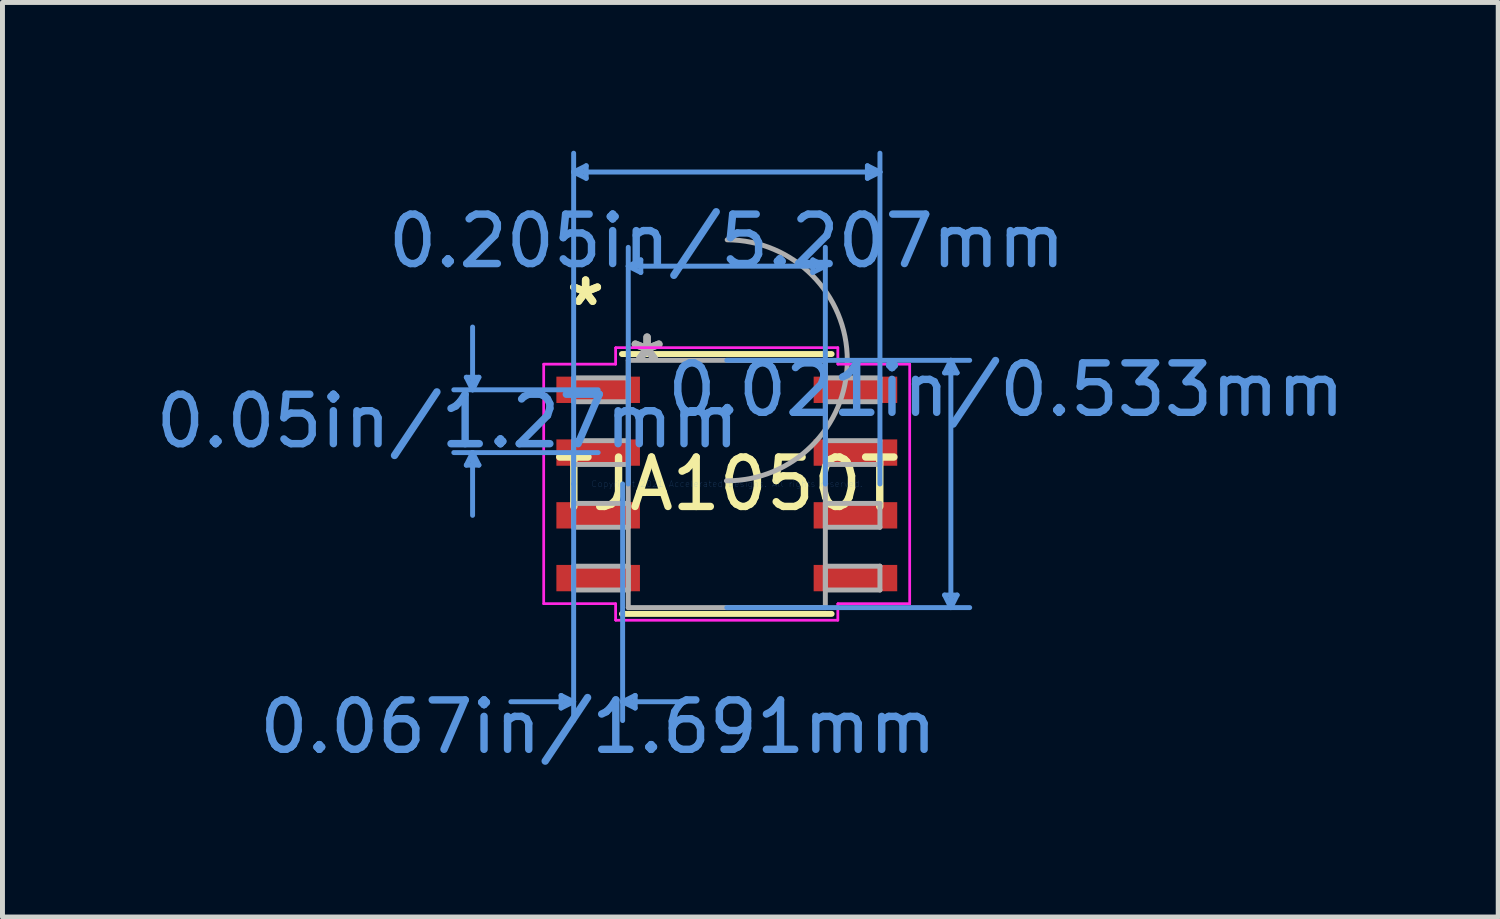
<source format=kicad_pcb>
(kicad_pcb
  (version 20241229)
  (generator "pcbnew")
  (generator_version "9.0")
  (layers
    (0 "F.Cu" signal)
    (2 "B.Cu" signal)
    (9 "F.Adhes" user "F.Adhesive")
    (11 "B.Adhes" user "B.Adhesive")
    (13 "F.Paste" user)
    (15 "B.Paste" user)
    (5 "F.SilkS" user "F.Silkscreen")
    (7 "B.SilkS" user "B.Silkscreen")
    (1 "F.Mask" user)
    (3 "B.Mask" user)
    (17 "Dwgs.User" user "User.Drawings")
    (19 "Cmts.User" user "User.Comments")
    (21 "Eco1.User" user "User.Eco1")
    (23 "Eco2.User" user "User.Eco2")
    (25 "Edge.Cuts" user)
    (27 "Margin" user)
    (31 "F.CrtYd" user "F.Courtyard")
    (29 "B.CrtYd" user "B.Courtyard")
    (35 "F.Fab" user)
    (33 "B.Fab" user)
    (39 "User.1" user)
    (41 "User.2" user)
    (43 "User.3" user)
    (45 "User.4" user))
  (footprint "TJA1050T"
    (layer "F.Cu")
    (at 11.657 6.743)
    (property "Reference" "TJA1050T" (at 0 0 0) (layer "F.SilkS") (effects (font (size 1 1) (thickness 0.15))))
    (attr through_hole)
    (fp_line (start -2.121 2.629) (end 2.121 2.629) (stroke (width 0.12) (type solid)) (layer "F.SilkS"))
    (fp_line (start 2.121 -2.629) (end -2.121 -2.629) (stroke (width 0.12) (type solid)) (layer "F.SilkS"))
    (fp_line (start -5.271 -2.159) (end -5.016 -2.159) (stroke (width 0.1) (type solid)) (layer "Cmts.User"))
    (fp_line (start -5.271 -0.381) (end -5.016 -0.381) (stroke (width 0.1) (type solid)) (layer "Cmts.User"))
    (fp_line (start -5.144 -1.905) (end -5.271 -2.159) (stroke (width 0.1) (type solid)) (layer "Cmts.User"))
    (fp_line (start -5.144 -1.905) (end -5.144 -3.175) (stroke (width 0.1) (type solid)) (layer "Cmts.User"))
    (fp_line (start -5.144 -1.905) (end -5.016 -2.159) (stroke (width 0.1) (type solid)) (layer "Cmts.User"))
    (fp_line (start -5.144 -0.635) (end -5.271 -0.381) (stroke (width 0.1) (type solid)) (layer "Cmts.User"))
    (fp_line (start -5.144 -0.635) (end -5.144 0.635) (stroke (width 0.1) (type solid)) (layer "Cmts.User"))
    (fp_line (start -5.144 -0.635) (end -5.016 -0.381) (stroke (width 0.1) (type solid)) (layer "Cmts.User"))
    (fp_line (start -3.353 4.28) (end -3.353 4.534) (stroke (width 0.1) (type solid)) (layer "Cmts.User"))
    (fp_line (start -3.099 -6.312) (end -2.845 -6.439) (stroke (width 0.1) (type solid)) (layer "Cmts.User"))
    (fp_line (start -3.099 -6.312) (end -2.845 -6.185) (stroke (width 0.1) (type solid)) (layer "Cmts.User"))
    (fp_line (start -3.099 -6.312) (end 3.099 -6.312) (stroke (width 0.1) (type solid)) (layer "Cmts.User"))
    (fp_line (start -3.099 0) (end -3.099 -6.693) (stroke (width 0.1) (type solid)) (layer "Cmts.User"))
    (fp_line (start -3.099 0) (end -3.099 4.788) (stroke (width 0.1) (type solid)) (layer "Cmts.User"))
    (fp_line (start -3.099 4.407) (end -4.369 4.407) (stroke (width 0.1) (type solid)) (layer "Cmts.User"))
    (fp_line (start -3.099 4.407) (end -3.353 4.28) (stroke (width 0.1) (type solid)) (layer "Cmts.User"))
    (fp_line (start -3.099 4.407) (end -3.353 4.534) (stroke (width 0.1) (type solid)) (layer "Cmts.User"))
    (fp_line (start -2.845 -6.439) (end -2.845 -6.185) (stroke (width 0.1) (type solid)) (layer "Cmts.User"))
    (fp_line (start -2.603 -1.905) (end -5.524 -1.905) (stroke (width 0.1) (type solid)) (layer "Cmts.User"))
    (fp_line (start -2.603 -0.635) (end -5.524 -0.635) (stroke (width 0.1) (type solid)) (layer "Cmts.User"))
    (fp_line (start -2.108 0) (end -2.108 4.788) (stroke (width 0.1) (type solid)) (layer "Cmts.User"))
    (fp_line (start -2.108 4.407) (end -1.854 4.28) (stroke (width 0.1) (type solid)) (layer "Cmts.User"))
    (fp_line (start -2.108 4.407) (end -1.854 4.534) (stroke (width 0.1) (type solid)) (layer "Cmts.User"))
    (fp_line (start -2.108 4.407) (end -0.838 4.407) (stroke (width 0.1) (type solid)) (layer "Cmts.User"))
    (fp_line (start -1.994 -4.407) (end -1.74 -4.534) (stroke (width 0.1) (type solid)) (layer "Cmts.User"))
    (fp_line (start -1.994 -4.407) (end -1.74 -4.28) (stroke (width 0.1) (type solid)) (layer "Cmts.User"))
    (fp_line (start -1.994 -4.407) (end 1.994 -4.407) (stroke (width 0.1) (type solid)) (layer "Cmts.User"))
    (fp_line (start -1.994 0) (end -1.994 -4.788) (stroke (width 0.1) (type solid)) (layer "Cmts.User"))
    (fp_line (start -1.854 4.28) (end -1.854 4.534) (stroke (width 0.1) (type solid)) (layer "Cmts.User"))
    (fp_line (start -1.74 -4.534) (end -1.74 -4.28) (stroke (width 0.1) (type solid)) (layer "Cmts.User"))
    (fp_line (start 0 -2.502) (end 4.915 -2.502) (stroke (width 0.1) (type solid)) (layer "Cmts.User"))
    (fp_line (start 0 2.502) (end 4.915 2.502) (stroke (width 0.1) (type solid)) (layer "Cmts.User"))
    (fp_line (start 1.74 -4.534) (end 1.74 -4.28) (stroke (width 0.1) (type solid)) (layer "Cmts.User"))
    (fp_line (start 1.994 -4.407) (end 1.74 -4.534) (stroke (width 0.1) (type solid)) (layer "Cmts.User"))
    (fp_line (start 1.994 -4.407) (end 1.74 -4.28) (stroke (width 0.1) (type solid)) (layer "Cmts.User"))
    (fp_line (start 1.994 0) (end 1.994 -4.788) (stroke (width 0.1) (type solid)) (layer "Cmts.User"))
    (fp_line (start 2.845 -6.439) (end 2.845 -6.185) (stroke (width 0.1) (type solid)) (layer "Cmts.User"))
    (fp_line (start 3.099 -6.312) (end 2.845 -6.439) (stroke (width 0.1) (type solid)) (layer "Cmts.User"))
    (fp_line (start 3.099 -6.312) (end 2.845 -6.185) (stroke (width 0.1) (type solid)) (layer "Cmts.User"))
    (fp_line (start 3.099 0) (end 3.099 -6.693) (stroke (width 0.1) (type solid)) (layer "Cmts.User"))
    (fp_line (start 4.407 -2.248) (end 4.661 -2.248) (stroke (width 0.1) (type solid)) (layer "Cmts.User"))
    (fp_line (start 4.407 2.248) (end 4.661 2.248) (stroke (width 0.1) (type solid)) (layer "Cmts.User"))
    (fp_line (start 4.534 -2.502) (end 4.407 -2.248) (stroke (width 0.1) (type solid)) (layer "Cmts.User"))
    (fp_line (start 4.534 -2.502) (end 4.534 2.502) (stroke (width 0.1) (type solid)) (layer "Cmts.User"))
    (fp_line (start 4.534 -2.502) (end 4.661 -2.248) (stroke (width 0.1) (type solid)) (layer "Cmts.User"))
    (fp_line (start 4.534 2.502) (end 4.407 2.248) (stroke (width 0.1) (type solid)) (layer "Cmts.User"))
    (fp_line (start 4.534 2.502) (end 4.661 2.248) (stroke (width 0.1) (type solid)) (layer "Cmts.User"))
    (fp_line (start -3.703 -2.425) (end -2.248 -2.425) (stroke (width 0.05) (type solid)) (layer "F.CrtYd"))
    (fp_line (start -3.703 -2.425) (end -2.248 -2.425) (stroke (width 0.05) (type solid)) (layer "F.CrtYd"))
    (fp_line (start -3.703 2.425) (end -3.703 -2.425) (stroke (width 0.05) (type solid)) (layer "F.CrtYd"))
    (fp_line (start -3.703 2.425) (end -3.703 -2.425) (stroke (width 0.05) (type solid)) (layer "F.CrtYd"))
    (fp_line (start -3.703 2.425) (end -2.248 2.425) (stroke (width 0.05) (type solid)) (layer "F.CrtYd"))
    (fp_line (start -2.248 -2.756) (end 2.248 -2.756) (stroke (width 0.05) (type solid)) (layer "F.CrtYd"))
    (fp_line (start -2.248 -2.756) (end 2.248 -2.756) (stroke (width 0.05) (type solid)) (layer "F.CrtYd"))
    (fp_line (start -2.248 -2.425) (end -2.248 -2.756) (stroke (width 0.05) (type solid)) (layer "F.CrtYd"))
    (fp_line (start -2.248 -2.425) (end -2.248 -2.756) (stroke (width 0.05) (type solid)) (layer "F.CrtYd"))
    (fp_line (start -2.248 2.425) (end -3.703 2.425) (stroke (width 0.05) (type solid)) (layer "F.CrtYd"))
    (fp_line (start -2.248 2.756) (end -2.248 2.425) (stroke (width 0.05) (type solid)) (layer "F.CrtYd"))
    (fp_line (start -2.248 2.756) (end -2.248 2.425) (stroke (width 0.05) (type solid)) (layer "F.CrtYd"))
    (fp_line (start 2.248 -2.756) (end 2.248 -2.425) (stroke (width 0.05) (type solid)) (layer "F.CrtYd"))
    (fp_line (start 2.248 -2.756) (end 2.248 -2.425) (stroke (width 0.05) (type solid)) (layer "F.CrtYd"))
    (fp_line (start 2.248 -2.425) (end 3.703 -2.425) (stroke (width 0.05) (type solid)) (layer "F.CrtYd"))
    (fp_line (start 2.248 2.425) (end 2.248 2.756) (stroke (width 0.05) (type solid)) (layer "F.CrtYd"))
    (fp_line (start 2.248 2.425) (end 2.248 2.756) (stroke (width 0.05) (type solid)) (layer "F.CrtYd"))
    (fp_line (start 2.248 2.756) (end -2.248 2.756) (stroke (width 0.05) (type solid)) (layer "F.CrtYd"))
    (fp_line (start 2.248 2.756) (end -2.248 2.756) (stroke (width 0.05) (type solid)) (layer "F.CrtYd"))
    (fp_line (start 3.703 -2.425) (end 2.248 -2.425) (stroke (width 0.05) (type solid)) (layer "F.CrtYd"))
    (fp_line (start 3.703 -2.425) (end 3.703 2.425) (stroke (width 0.05) (type solid)) (layer "F.CrtYd"))
    (fp_line (start 3.703 -2.425) (end 3.703 2.425) (stroke (width 0.05) (type solid)) (layer "F.CrtYd"))
    (fp_line (start 3.703 2.425) (end 2.248 2.425) (stroke (width 0.05) (type solid)) (layer "F.CrtYd"))
    (fp_line (start 3.703 2.425) (end 2.248 2.425) (stroke (width 0.05) (type solid)) (layer "F.CrtYd"))
    (fp_line (start -3.099 -2.146) (end -3.099 -1.664) (stroke (width 0.1) (type solid)) (layer "F.Fab"))
    (fp_line (start -3.099 -1.664) (end -1.994 -1.664) (stroke (width 0.1) (type solid)) (layer "F.Fab"))
    (fp_line (start -3.099 -0.876) (end -3.099 -0.394) (stroke (width 0.1) (type solid)) (layer "F.Fab"))
    (fp_line (start -3.099 -0.394) (end -1.994 -0.394) (stroke (width 0.1) (type solid)) (layer "F.Fab"))
    (fp_line (start -3.099 0.394) (end -3.099 0.876) (stroke (width 0.1) (type solid)) (layer "F.Fab"))
    (fp_line (start -3.099 0.876) (end -1.994 0.876) (stroke (width 0.1) (type solid)) (layer "F.Fab"))
    (fp_line (start -3.099 1.664) (end -3.099 2.146) (stroke (width 0.1) (type solid)) (layer "F.Fab"))
    (fp_line (start -3.099 2.146) (end -1.994 2.146) (stroke (width 0.1) (type solid)) (layer "F.Fab"))
    (fp_line (start -1.994 -2.502) (end -1.994 2.502) (stroke (width 0.1) (type solid)) (layer "F.Fab"))
    (fp_line (start -1.994 -2.146) (end -3.099 -2.146) (stroke (width 0.1) (type solid)) (layer "F.Fab"))
    (fp_line (start -1.994 -1.664) (end -1.994 -2.146) (stroke (width 0.1) (type solid)) (layer "F.Fab"))
    (fp_line (start -1.994 -0.876) (end -3.099 -0.876) (stroke (width 0.1) (type solid)) (layer "F.Fab"))
    (fp_line (start -1.994 -0.394) (end -1.994 -0.876) (stroke (width 0.1) (type solid)) (layer "F.Fab"))
    (fp_line (start -1.994 0.394) (end -3.099 0.394) (stroke (width 0.1) (type solid)) (layer "F.Fab"))
    (fp_line (start -1.994 0.876) (end -1.994 0.394) (stroke (width 0.1) (type solid)) (layer "F.Fab"))
    (fp_line (start -1.994 1.664) (end -3.099 1.664) (stroke (width 0.1) (type solid)) (layer "F.Fab"))
    (fp_line (start -1.994 2.146) (end -1.994 1.664) (stroke (width 0.1) (type solid)) (layer "F.Fab"))
    (fp_line (start -1.994 2.502) (end 1.994 2.502) (stroke (width 0.1) (type solid)) (layer "F.Fab"))
    (fp_line (start 1.994 -2.502) (end -1.994 -2.502) (stroke (width 0.1) (type solid)) (layer "F.Fab"))
    (fp_line (start 1.994 -2.146) (end 1.994 -1.664) (stroke (width 0.1) (type solid)) (layer "F.Fab"))
    (fp_line (start 1.994 -1.664) (end 3.099 -1.664) (stroke (width 0.1) (type solid)) (layer "F.Fab"))
    (fp_line (start 1.994 -0.876) (end 1.994 -0.394) (stroke (width 0.1) (type solid)) (layer "F.Fab"))
    (fp_line (start 1.994 -0.394) (end 3.099 -0.394) (stroke (width 0.1) (type solid)) (layer "F.Fab"))
    (fp_line (start 1.994 0.394) (end 1.994 0.876) (stroke (width 0.1) (type solid)) (layer "F.Fab"))
    (fp_line (start 1.994 0.876) (end 3.099 0.876) (stroke (width 0.1) (type solid)) (layer "F.Fab"))
    (fp_line (start 1.994 1.664) (end 1.994 2.146) (stroke (width 0.1) (type solid)) (layer "F.Fab"))
    (fp_line (start 1.994 2.146) (end 3.099 2.146) (stroke (width 0.1) (type solid)) (layer "F.Fab"))
    (fp_line (start 1.994 2.502) (end 1.994 -2.502) (stroke (width 0.1) (type solid)) (layer "F.Fab"))
    (fp_line (start 3.099 -2.146) (end 1.994 -2.146) (stroke (width 0.1) (type solid)) (layer "F.Fab"))
    (fp_line (start 3.099 -1.664) (end 3.099 -2.146) (stroke (width 0.1) (type solid)) (layer "F.Fab"))
    (fp_line (start 3.099 -0.876) (end 1.994 -0.876) (stroke (width 0.1) (type solid)) (layer "F.Fab"))
    (fp_line (start 3.099 -0.394) (end 3.099 -0.876) (stroke (width 0.1) (type solid)) (layer "F.Fab"))
    (fp_line (start 3.099 0.394) (end 1.994 0.394) (stroke (width 0.1) (type solid)) (layer "F.Fab"))
    (fp_line (start 3.099 0.876) (end 3.099 0.394) (stroke (width 0.1) (type solid)) (layer "F.Fab"))
    (fp_line (start 3.099 1.664) (end 1.994 1.664) (stroke (width 0.1) (type solid)) (layer "F.Fab"))
    (fp_line (start 3.099 2.146) (end 3.099 1.664) (stroke (width 0.1) (type solid)) (layer "F.Fab"))
    (fp_arc (start 0.007742 -4.940252) (mid 2.438352 -2.494158) (end -0.007742 -0.063548) (stroke (width 0.1) (type solid)) (layer "F.Fab"))
    (fp_text user "*" (at -2.857 -3.581 0) (layer "F.SilkS") (effects (font (size 1 1) (thickness 0.15))))
    (fp_text user "*" (at -2.857 -3.581 0) (layer "F.SilkS") (effects (font (size 1 1) (thickness 0.15))))
    (fp_text user "0.067in/1.691mm" (at -2.603 4.915 0) (layer "Cmts.User") (effects (font (size 1 1) (thickness 0.15))))
    (fp_text user "Copyright 2021 Accelerated Designs. All rights reserved." (at 0 0 0) (layer "Cmts.User") (effects (font (size 0.127 0.127) (thickness 0.002))))
    (fp_text user "0.205in/5.207mm" (at 0 -4.915 0) (layer "Cmts.User") (effects (font (size 1 1) (thickness 0.15))))
    (fp_text user "0.021in/0.533mm" (at 5.652 -1.905 0) (layer "Cmts.User") (effects (font (size 1 1) (thickness 0.15))))
    (fp_text user "0.05in/1.27mm" (at -5.652 -1.27 0) (layer "Cmts.User") (effects (font (size 1 1) (thickness 0.15))))
    (fp_text user "*" (at -1.613 -2.426 0) (layer "F.Fab") (effects (font (size 1 1) (thickness 0.15))))
    (fp_text user "*" (at -1.613 -2.426 0) (layer "F.Fab") (effects (font (size 1 1) (thickness 0.15))))
    (pad "1" smd rect (at -2.603 -1.905) (size 1.691 0.533) (layers "F.Cu" "F.Mask" "F.Paste"))
    (pad "2" smd rect (at -2.603 -0.635) (size 1.691 0.533) (layers "F.Cu" "F.Mask" "F.Paste"))
    (pad "3" smd rect (at -2.603 0.635) (size 1.691 0.533) (layers "F.Cu" "F.Mask" "F.Paste"))
    (pad "4" smd rect (at -2.603 1.905) (size 1.691 0.533) (layers "F.Cu" "F.Mask" "F.Paste"))
    (pad "5" smd rect (at 2.603 1.905) (size 1.691 0.533) (layers "F.Cu" "F.Mask" "F.Paste"))
    (pad "6" smd rect (at 2.603 0.635) (size 1.691 0.533) (layers "F.Cu" "F.Mask" "F.Paste"))
    (pad "7" smd rect (at 2.603 -0.635) (size 1.691 0.533) (layers "F.Cu" "F.Mask" "F.Paste"))
    (pad "8" smd rect (at 2.603 -1.905) (size 1.691 0.533) (layers "F.Cu" "F.Mask" "F.Paste")))
  (gr_rect
    (start -3 -3)
    (end 27.267 15.506)
    (stroke (width 0.1) (type default))
    (fill no)
    (layer "Edge.Cuts")))
</source>
